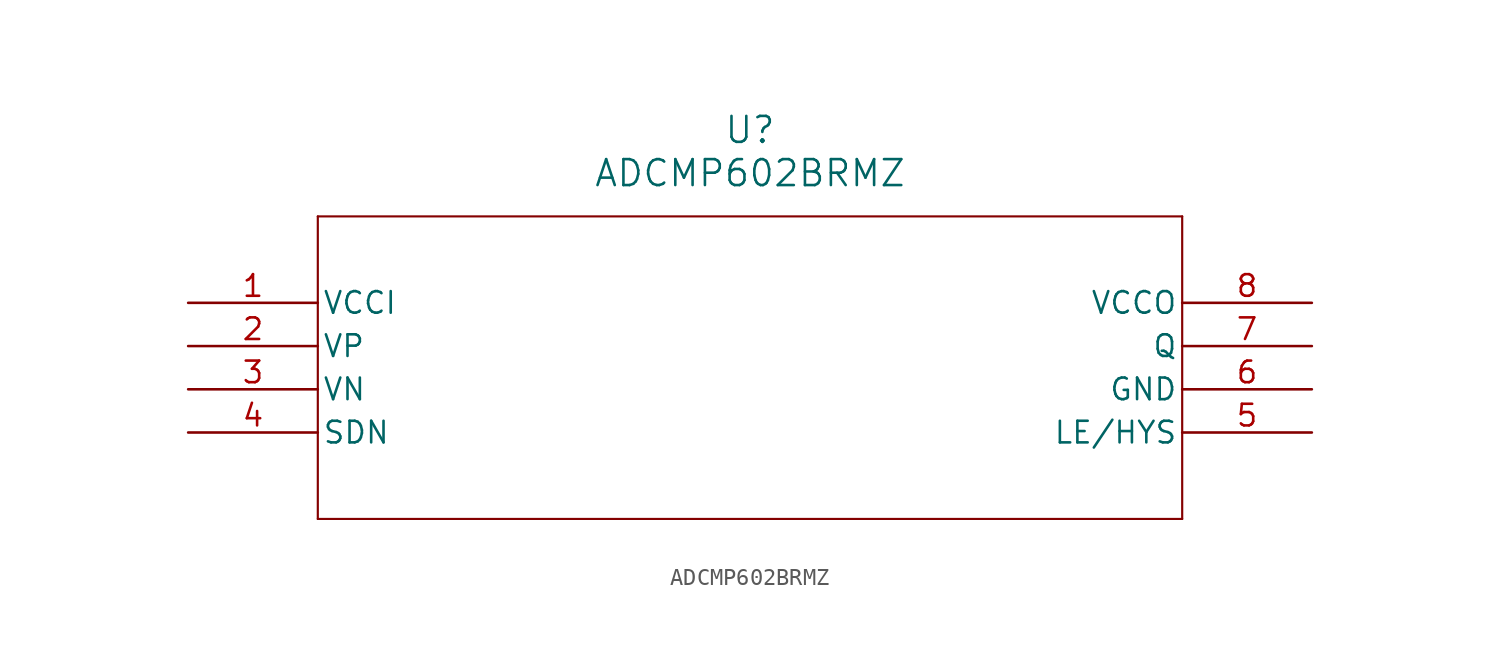
<source format=kicad_sym>
(kicad_symbol_lib
  (version 20211014)
  (generator kicad_symbol_editor)
  (symbol "ADCMP602BRMZ"
    (pin_names
      (offset 0.254))
    (property "Reference" "U"
      (at 33.02 10.16 0)
      (effects (font (size 1.524 1.524))))
    (property "Value" "ADCMP602BRMZ"
      (at 33.02 7.62 0)
      (effects (font (size 1.524 1.524))))
    (polyline
      (pts (xy 7.62 5.08) (xy 7.62 -12.7))
      (stroke (width 0.127) (type default) (color 0 0 0 0))
      (fill (type none)))
    (polyline
      (pts (xy 7.62 -12.7) (xy 58.42 -12.7))
      (stroke (width 0.127) (type default) (color 0 0 0 0))
      (fill (type none)))
    (polyline
      (pts (xy 58.42 -12.7) (xy 58.42 5.08))
      (stroke (width 0.127) (type default) (color 0 0 0 0))
      (fill (type none)))
    (polyline
      (pts (xy 58.42 5.08) (xy 7.62 5.08))
      (stroke (width 0.127) (type default) (color 0 0 0 0))
      (fill (type none)))
    (pin power_in line
      (at 0 0 0)
      (length 7.62)
      (name "VCCI" (effects (font (size 1.27 1.27))))
      (number "1" (effects (font (size 1.27 1.27)))))
    (pin input line
      (at 0 -2.54 0)
      (length 7.62)
      (name "VP" (effects (font (size 1.27 1.27))))
      (number "2" (effects (font (size 1.27 1.27)))))
    (pin input line
      (at 0 -5.08 0)
      (length 7.62)
      (name "VN" (effects (font (size 1.27 1.27))))
      (number "3" (effects (font (size 1.27 1.27)))))
    (pin unspecified line
      (at 0 -7.62 0)
      (length 7.62)
      (name "SDN" (effects (font (size 1.27 1.27))))
      (number "4" (effects (font (size 1.27 1.27)))))
    (pin unspecified line
      (at 66.04 -7.62 180)
      (length 7.62)
      (name "LE/HYS" (effects (font (size 1.27 1.27))))
      (number "5" (effects (font (size 1.27 1.27)))))
    (pin power_in line
      (at 66.04 -5.08 180)
      (length 7.62)
      (name "GND" (effects (font (size 1.27 1.27))))
      (number "6" (effects (font (size 1.27 1.27)))))
    (pin output line
      (at 66.04 -2.54 180)
      (length 7.62)
      (name "Q" (effects (font (size 1.27 1.27))))
      (number "7" (effects (font (size 1.27 1.27)))))
    (pin power_in line
      (at 66.04 0 180)
      (length 7.62)
      (name "VCCO" (effects (font (size 1.27 1.27))))
      (number "8" (effects (font (size 1.27 1.27)))))))
</source>
